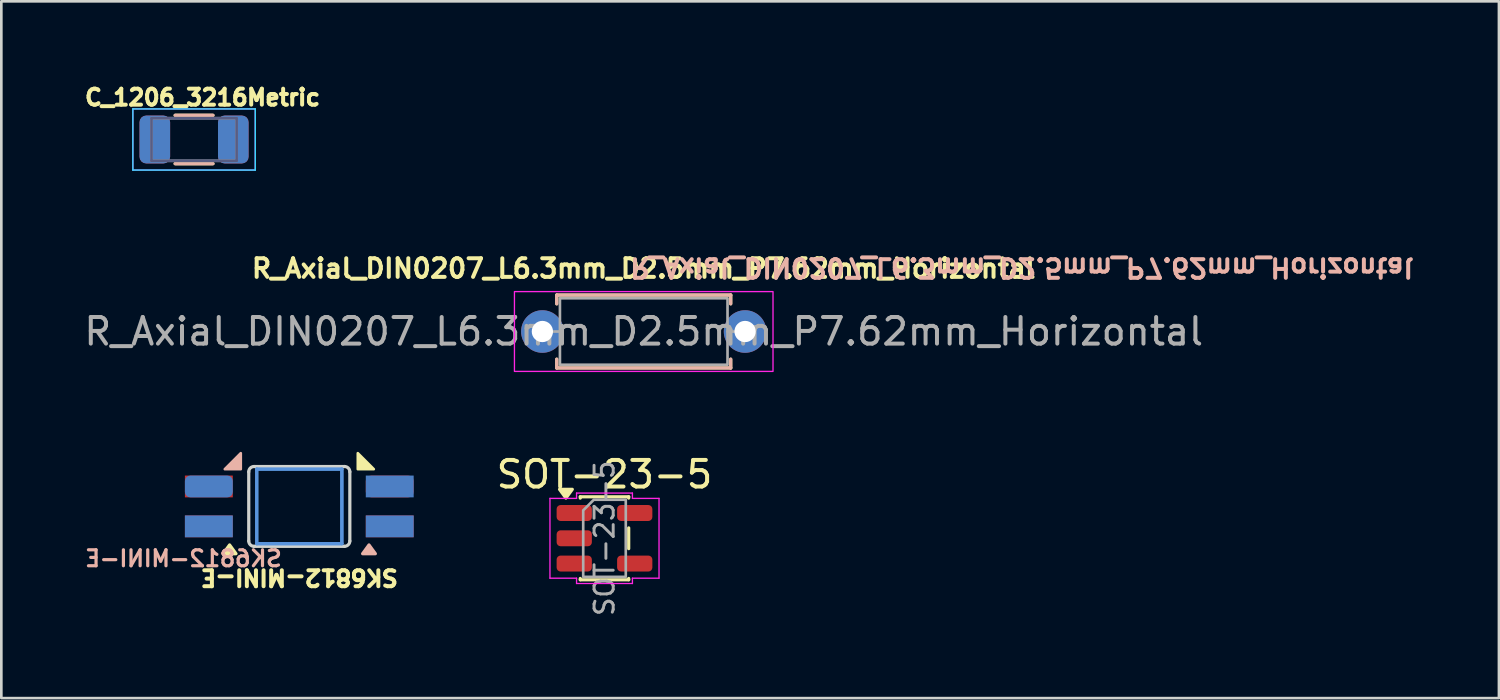
<source format=kicad_pcb>
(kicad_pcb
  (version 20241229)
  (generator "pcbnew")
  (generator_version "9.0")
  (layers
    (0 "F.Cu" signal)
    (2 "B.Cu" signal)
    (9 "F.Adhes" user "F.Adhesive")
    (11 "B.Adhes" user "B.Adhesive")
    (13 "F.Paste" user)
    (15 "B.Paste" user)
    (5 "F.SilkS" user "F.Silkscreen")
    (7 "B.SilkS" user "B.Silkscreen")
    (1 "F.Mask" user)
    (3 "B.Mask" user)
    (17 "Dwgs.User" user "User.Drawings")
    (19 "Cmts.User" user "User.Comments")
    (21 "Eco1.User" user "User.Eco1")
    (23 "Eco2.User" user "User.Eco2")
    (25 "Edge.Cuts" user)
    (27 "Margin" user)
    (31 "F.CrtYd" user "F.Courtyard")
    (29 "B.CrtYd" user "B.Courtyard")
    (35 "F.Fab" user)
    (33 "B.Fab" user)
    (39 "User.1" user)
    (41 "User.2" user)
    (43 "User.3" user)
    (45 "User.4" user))
  (footprint "C_1206_3216Metric"
    (layer "F.Cu")
    (at 4.245 2.194)
    (property "Reference" "C_1206_3216Metric" (at 0.32 -1.58 0) (layer "F.SilkS") (effects (font (size 0.6 0.6) (thickness 0.15))))
    (attr smd)
    (fp_line (start -0.711 -0.91) (end 0.711 -0.91) (stroke (width 0.12) (type solid)) (layer "F.SilkS"))
    (fp_line (start -0.711 0.91) (end 0.711 0.91) (stroke (width 0.12) (type solid)) (layer "F.SilkS"))
    (fp_line (start -0.711 -0.91) (end 0.711 -0.91) (stroke (width 0.12) (type solid)) (layer "B.SilkS"))
    (fp_line (start -0.711 0.91) (end 0.711 0.91) (stroke (width 0.12) (type solid)) (layer "B.SilkS"))
    (fp_line (start -2.3 -1.15) (end -2.3 1.15) (stroke (width 0.05) (type solid)) (layer "B.CrtYd"))
    (fp_line (start -2.3 1.15) (end 2.3 1.15) (stroke (width 0.05) (type solid)) (layer "B.CrtYd"))
    (fp_line (start 2.3 -1.15) (end -2.3 -1.15) (stroke (width 0.05) (type solid)) (layer "B.CrtYd"))
    (fp_line (start 2.3 1.15) (end 2.3 -1.15) (stroke (width 0.05) (type solid)) (layer "B.CrtYd"))
    (fp_line (start -2.3 -1.15) (end 2.3 -1.15) (stroke (width 0.05) (type solid)) (layer "F.CrtYd"))
    (fp_line (start -2.3 1.15) (end -2.3 -1.15) (stroke (width 0.05) (type solid)) (layer "F.CrtYd"))
    (fp_line (start 2.3 -1.15) (end 2.3 1.15) (stroke (width 0.05) (type solid)) (layer "F.CrtYd"))
    (fp_line (start 2.3 1.15) (end -2.3 1.15) (stroke (width 0.05) (type solid)) (layer "F.CrtYd"))
    (fp_line (start -1.6 -0.8) (end -1.6 0.8) (stroke (width 0.1) (type solid)) (layer "B.Fab"))
    (fp_line (start -1.6 0.8) (end 1.6 0.8) (stroke (width 0.1) (type solid)) (layer "B.Fab"))
    (fp_line (start 1.6 -0.8) (end -1.6 -0.8) (stroke (width 0.1) (type solid)) (layer "B.Fab"))
    (fp_line (start 1.6 0.8) (end 1.6 -0.8) (stroke (width 0.1) (type solid)) (layer "B.Fab"))
    (fp_line (start -1.6 -0.8) (end 1.6 -0.8) (stroke (width 0.1) (type solid)) (layer "F.Fab"))
    (fp_line (start -1.6 0.8) (end -1.6 -0.8) (stroke (width 0.1) (type solid)) (layer "F.Fab"))
    (fp_line (start 1.6 -0.8) (end 1.6 0.8) (stroke (width 0.1) (type solid)) (layer "F.Fab"))
    (fp_line (start 1.6 0.8) (end -1.6 0.8) (stroke (width 0.1) (type solid)) (layer "F.Fab"))
    (pad "1" smd roundrect (at -1.475 0 180) (size 1.15 1.8) (layers "F.Cu" "F.Mask" "F.Paste") (roundrect_rratio 0.217))
    (pad "1" smd roundrect (at -1.475 0) (size 1.15 1.8) (layers "B.Cu" "B.Mask" "B.Paste") (roundrect_rratio 0.217))
    (pad "2" smd roundrect (at 1.475 0 180) (size 1.15 1.8) (layers "F.Cu" "F.Mask" "F.Paste") (roundrect_rratio 0.217))
    (pad "2" smd roundrect (at 1.475 0) (size 1.15 1.8) (layers "B.Cu" "B.Mask" "B.Paste") (roundrect_rratio 0.217)))
  (footprint "R_Axial_DIN0207_L6.3mm_D2.5mm_P7.62mm_Horizontal"
    (layer "F.Cu")
    (at 17.339 9.412)
    (property "Reference" "R_Axial_DIN0207_L6.3mm_D2.5mm_P7.62mm_Horizontal" (at 3.81 -2.37 180) (layer "F.SilkS") (effects (font (size 0.7 0.7) (thickness 0.15))))
    (attr through_hole)
    (fp_line (start 0.54 -1.37) (end 7.08 -1.37) (stroke (width 0.12) (type solid)) (layer "F.SilkS"))
    (fp_line (start 0.54 -1.04) (end 0.54 -1.37) (stroke (width 0.12) (type solid)) (layer "F.SilkS"))
    (fp_line (start 0.54 1.04) (end 0.54 1.37) (stroke (width 0.12) (type solid)) (layer "F.SilkS"))
    (fp_line (start 0.54 1.37) (end 7.08 1.37) (stroke (width 0.12) (type solid)) (layer "F.SilkS"))
    (fp_line (start 7.08 -1.37) (end 7.08 -1.04) (stroke (width 0.12) (type solid)) (layer "F.SilkS"))
    (fp_line (start 7.08 1.37) (end 7.08 1.04) (stroke (width 0.12) (type solid)) (layer "F.SilkS"))
    (fp_line (start 0.54 -1.37) (end 0.54 -1.04) (stroke (width 0.12) (type solid)) (layer "B.SilkS"))
    (fp_line (start 0.54 1.37) (end 0.54 1.04) (stroke (width 0.12) (type solid)) (layer "B.SilkS"))
    (fp_line (start 7.08 -1.37) (end 0.54 -1.37) (stroke (width 0.12) (type solid)) (layer "B.SilkS"))
    (fp_line (start 7.08 -1.04) (end 7.08 -1.37) (stroke (width 0.12) (type solid)) (layer "B.SilkS"))
    (fp_line (start 7.08 1.04) (end 7.08 1.37) (stroke (width 0.12) (type solid)) (layer "B.SilkS"))
    (fp_line (start 7.08 1.37) (end 0.54 1.37) (stroke (width 0.12) (type solid)) (layer "B.SilkS"))
    (fp_rect (start -1.05 -1.5) (end 8.67 1.5) (stroke (width 0.05) (type solid)) (fill no) (layer "F.CrtYd"))
    (fp_line (start 0 0) (end 0.66 0) (stroke (width 0.1) (type solid)) (layer "F.Fab"))
    (fp_line (start 7.62 0) (end 6.96 0) (stroke (width 0.1) (type solid)) (layer "F.Fab"))
    (fp_rect (start 0.66 -1.25) (end 6.96 1.25) (stroke (width 0.1) (type solid)) (fill no) (layer "F.Fab"))
    (fp_text user "${REFERENCE}" (at 3.216 -2.812 180) (unlocked yes) (layer "B.SilkS") (effects (font (size 0.7 0.7) (thickness 0.15) (bold yes)) (justify left bottom mirror)))
    (fp_text user "${REFERENCE}" (at 3.81 0 180) (layer "F.Fab") (effects (font (size 1 1) (thickness 0.15))))
    (pad "1" thru_hole circle (at 0 0) (size 1.6 1.6) (drill 0.8) (layers "*.Cu" "*.Mask"))
    (pad "2" thru_hole circle (at 7.62 0) (size 1.6 1.6) (drill 0.8) (layers "*.Cu" "*.Mask")))
  (footprint "SOT-23-5"
    (layer "F.Cu")
    (at 19.674 17.185)
    (property "Reference" "SOT-23-5" (at 0 -2.4 0) (layer "F.SilkS") (effects (font (size 1 1) (thickness 0.15))))
    (attr smd)
    (fp_line (start -0.91 -1.56) (end 0.91 -1.56) (stroke (width 0.12) (type solid)) (layer "F.SilkS"))
    (fp_line (start -0.91 -1.51) (end -0.91 -1.56) (stroke (width 0.12) (type solid)) (layer "F.SilkS"))
    (fp_line (start -0.91 1.56) (end -0.91 1.51) (stroke (width 0.12) (type solid)) (layer "F.SilkS"))
    (fp_line (start 0.91 -1.56) (end 0.91 -1.51) (stroke (width 0.12) (type solid)) (layer "F.SilkS"))
    (fp_line (start 0.91 -0.39) (end 0.91 0.39) (stroke (width 0.12) (type solid)) (layer "F.SilkS"))
    (fp_line (start 0.91 1.51) (end 0.91 1.56) (stroke (width 0.12) (type solid)) (layer "F.SilkS"))
    (fp_line (start 0.91 1.56) (end -0.91 1.56) (stroke (width 0.12) (type solid)) (layer "F.SilkS"))
    (fp_poly (pts (xy -1.45 -1.51) (xy -1.69 -1.84) (xy -1.21 -1.84)) (stroke (width 0.12) (type solid)) (fill yes) (layer "F.SilkS"))
    (fp_line (start -2.05 -1.5) (end -1.05 -1.5) (stroke (width 0.05) (type solid)) (layer "F.CrtYd"))
    (fp_line (start -2.05 1.5) (end -2.05 -1.5) (stroke (width 0.05) (type solid)) (layer "F.CrtYd"))
    (fp_line (start -1.05 -1.7) (end 1.05 -1.7) (stroke (width 0.05) (type solid)) (layer "F.CrtYd"))
    (fp_line (start -1.05 -1.5) (end -1.05 -1.7) (stroke (width 0.05) (type solid)) (layer "F.CrtYd"))
    (fp_line (start -1.05 1.5) (end -2.05 1.5) (stroke (width 0.05) (type solid)) (layer "F.CrtYd"))
    (fp_line (start -1.05 1.7) (end -1.05 1.5) (stroke (width 0.05) (type solid)) (layer "F.CrtYd"))
    (fp_line (start 1.05 -1.7) (end 1.05 -1.5) (stroke (width 0.05) (type solid)) (layer "F.CrtYd"))
    (fp_line (start 1.05 -1.5) (end 2.05 -1.5) (stroke (width 0.05) (type solid)) (layer "F.CrtYd"))
    (fp_line (start 1.05 1.5) (end 1.05 1.7) (stroke (width 0.05) (type solid)) (layer "F.CrtYd"))
    (fp_line (start 1.05 1.7) (end -1.05 1.7) (stroke (width 0.05) (type solid)) (layer "F.CrtYd"))
    (fp_line (start 2.05 -1.5) (end 2.05 1.5) (stroke (width 0.05) (type solid)) (layer "F.CrtYd"))
    (fp_line (start 2.05 1.5) (end 1.05 1.5) (stroke (width 0.05) (type solid)) (layer "F.CrtYd"))
    (fp_poly (pts (xy -0.8 -1.05) (xy -0.8 1.45) (xy 0.8 1.45) (xy 0.8 -1.45) (xy -0.4 -1.45)) (stroke (width 0.1) (type solid)) (fill no) (layer "F.Fab"))
    (fp_text user "${REFERENCE}" (at 0 0 90) (layer "F.Fab") (effects (font (size 0.72 0.72) (thickness 0.11))))
    (pad "1" smd roundrect (at -1.137 -0.95 180) (size 1.325 0.6) (layers "F.Cu" "F.Mask" "F.Paste") (roundrect_rratio 0.25))
    (pad "2" smd roundrect (at -1.137 0 180) (size 1.325 0.6) (layers "F.Cu" "F.Mask" "F.Paste") (roundrect_rratio 0.25))
    (pad "3" smd roundrect (at -1.137 0.95 180) (size 1.325 0.6) (layers "F.Cu" "F.Mask" "F.Paste") (roundrect_rratio 0.25))
    (pad "4" smd roundrect (at 1.137 0.95 180) (size 1.325 0.6) (layers "F.Cu" "F.Mask" "F.Paste") (roundrect_rratio 0.25))
    (pad "5" smd roundrect (at 1.137 -0.95 180) (size 1.325 0.6) (layers "F.Cu" "F.Mask" "F.Paste") (roundrect_rratio 0.25)))
  (footprint "SK6812-MINI-E"
    (layer "F.Cu")
    (at 8.201 15.987)
    (property "Reference" "SK6812-MINI-E" (at 0 2.67 180) (unlocked yes) (layer "F.SilkS") (effects (font (size 0.6 0.6) (thickness 0.15))))
    (attr smd)
    (fp_poly (pts (xy 2.8 -1.4) (xy 2.2 -1.4) (xy 2.2 -2)) (stroke (width 0.1) (type solid)) (fill yes) (layer "F.SilkS"))
    (fp_poly (pts (xy -2.62 1.448) (xy -2.38 1.778) (xy -2.86 1.778) (xy -2.62 1.448)) (stroke (width 0.12) (type solid)) (fill yes) (layer "F.SilkS"))
    (fp_poly (pts (xy -2.8 -1.4) (xy -2.2 -1.4) (xy -2.2 -2)) (stroke (width 0.1) (type solid)) (fill yes) (layer "B.SilkS"))
    (fp_poly (pts (xy 2.62 1.448) (xy 2.38 1.778) (xy 2.86 1.778) (xy 2.62 1.448)) (stroke (width 0.12) (type solid)) (fill yes) (layer "B.SilkS"))
    (fp_line (start -1.6 -1.4) (end -1.6 1.4) (stroke (width 0.12) (type solid)) (layer "Cmts.User"))
    (fp_line (start -1.6 -1.4) (end 1.6 -1.4) (stroke (width 0.12) (type solid)) (layer "Cmts.User"))
    (fp_line (start -1.6 1.4) (end -1.6 -1.4) (stroke (width 0.12) (type solid)) (layer "Cmts.User"))
    (fp_line (start -1.6 1.4) (end 1.6 1.4) (stroke (width 0.12) (type solid)) (layer "Cmts.User"))
    (fp_line (start 1.6 -1.4) (end -1.6 -1.4) (stroke (width 0.12) (type solid)) (layer "Cmts.User"))
    (fp_line (start 1.6 -1.4) (end 1.6 1.4) (stroke (width 0.12) (type solid)) (layer "Cmts.User"))
    (fp_line (start 1.6 1.4) (end -1.6 1.4) (stroke (width 0.12) (type solid)) (layer "Cmts.User"))
    (fp_line (start 1.6 1.4) (end 1.6 -1.4) (stroke (width 0.12) (type solid)) (layer "Cmts.User"))
    (fp_line (start -1.9 1.3) (end -1.9 -1.3) (stroke (width 0.12) (type solid)) (layer "Edge.Cuts"))
    (fp_line (start 1.7 -1.5) (end -1.7 -1.5) (stroke (width 0.12) (type solid)) (layer "Edge.Cuts"))
    (fp_line (start 1.7 1.5) (end -1.7 1.5) (stroke (width 0.12) (type solid)) (layer "Edge.Cuts"))
    (fp_line (start 1.9 1.3) (end 1.9 -1.3) (stroke (width 0.12) (type solid)) (layer "Edge.Cuts"))
    (fp_arc (start -1.9 -1.3) (mid -1.841421 -1.441421) (end -1.7 -1.5) (stroke (width 0.12) (type solid)) (layer "Edge.Cuts"))
    (fp_arc (start -1.7 1.5) (mid -1.841421 1.441421) (end -1.9 1.3) (stroke (width 0.12) (type solid)) (layer "Edge.Cuts"))
    (fp_arc (start 1.7 -1.5) (mid 1.841421 -1.441421) (end 1.9 -1.3) (stroke (width 0.12) (type solid)) (layer "Edge.Cuts"))
    (fp_arc (start 1.9 1.3) (mid 1.841421 1.441421) (end 1.7 1.5) (stroke (width 0.12) (type solid)) (layer "Edge.Cuts"))
    (fp_text user "${REFERENCE}" (at -0.59 2.31 0) (unlocked yes) (layer "B.SilkS") (effects (font (size 0.6 0.6) (thickness 0.12) (bold yes)) (justify left bottom mirror)))
    (pad "1" smd rect (at -3.4 0.75 180) (size 1.8 0.82) (layers "F.Cu" "F.Mask" "F.Paste"))
    (pad "1" smd rect (at 3.4 0.75 180) (size 1.8 0.82) (layers "B.Cu" "B.Mask" "B.Paste"))
    (pad "2" smd rect (at -3.4 -0.75 180) (size 1.8 0.82) (layers "F.Cu" "F.Mask" "F.Paste"))
    (pad "2" smd rect (at 3.4 -0.75 180) (size 1.8 0.82) (layers "B.Cu" "B.Mask" "B.Paste"))
    (pad "3" smd roundrect (at -3.4 -0.75 180) (size 1.8 0.82) (layers "B.Cu" "B.Mask" "B.Paste") (roundrect_rratio 0.25))
    (pad "3" smd roundrect (at 3.4 -0.75 180) (size 1.8 0.82) (layers "F.Cu" "F.Mask" "F.Paste") (roundrect_rratio 0.25))
    (pad "4" smd rect (at -3.4 0.75 180) (size 1.8 0.82) (layers "B.Cu" "B.Mask" "B.Paste"))
    (pad "4" smd rect (at 3.4 0.75 180) (size 1.8 0.82) (layers "F.Cu" "F.Mask" "F.Paste")))
  (gr_rect
    (start -3 -3)
    (end 53.298 23.193)
    (stroke (width 0.1) (type default))
    (fill no)
    (layer "Edge.Cuts")))
</source>
